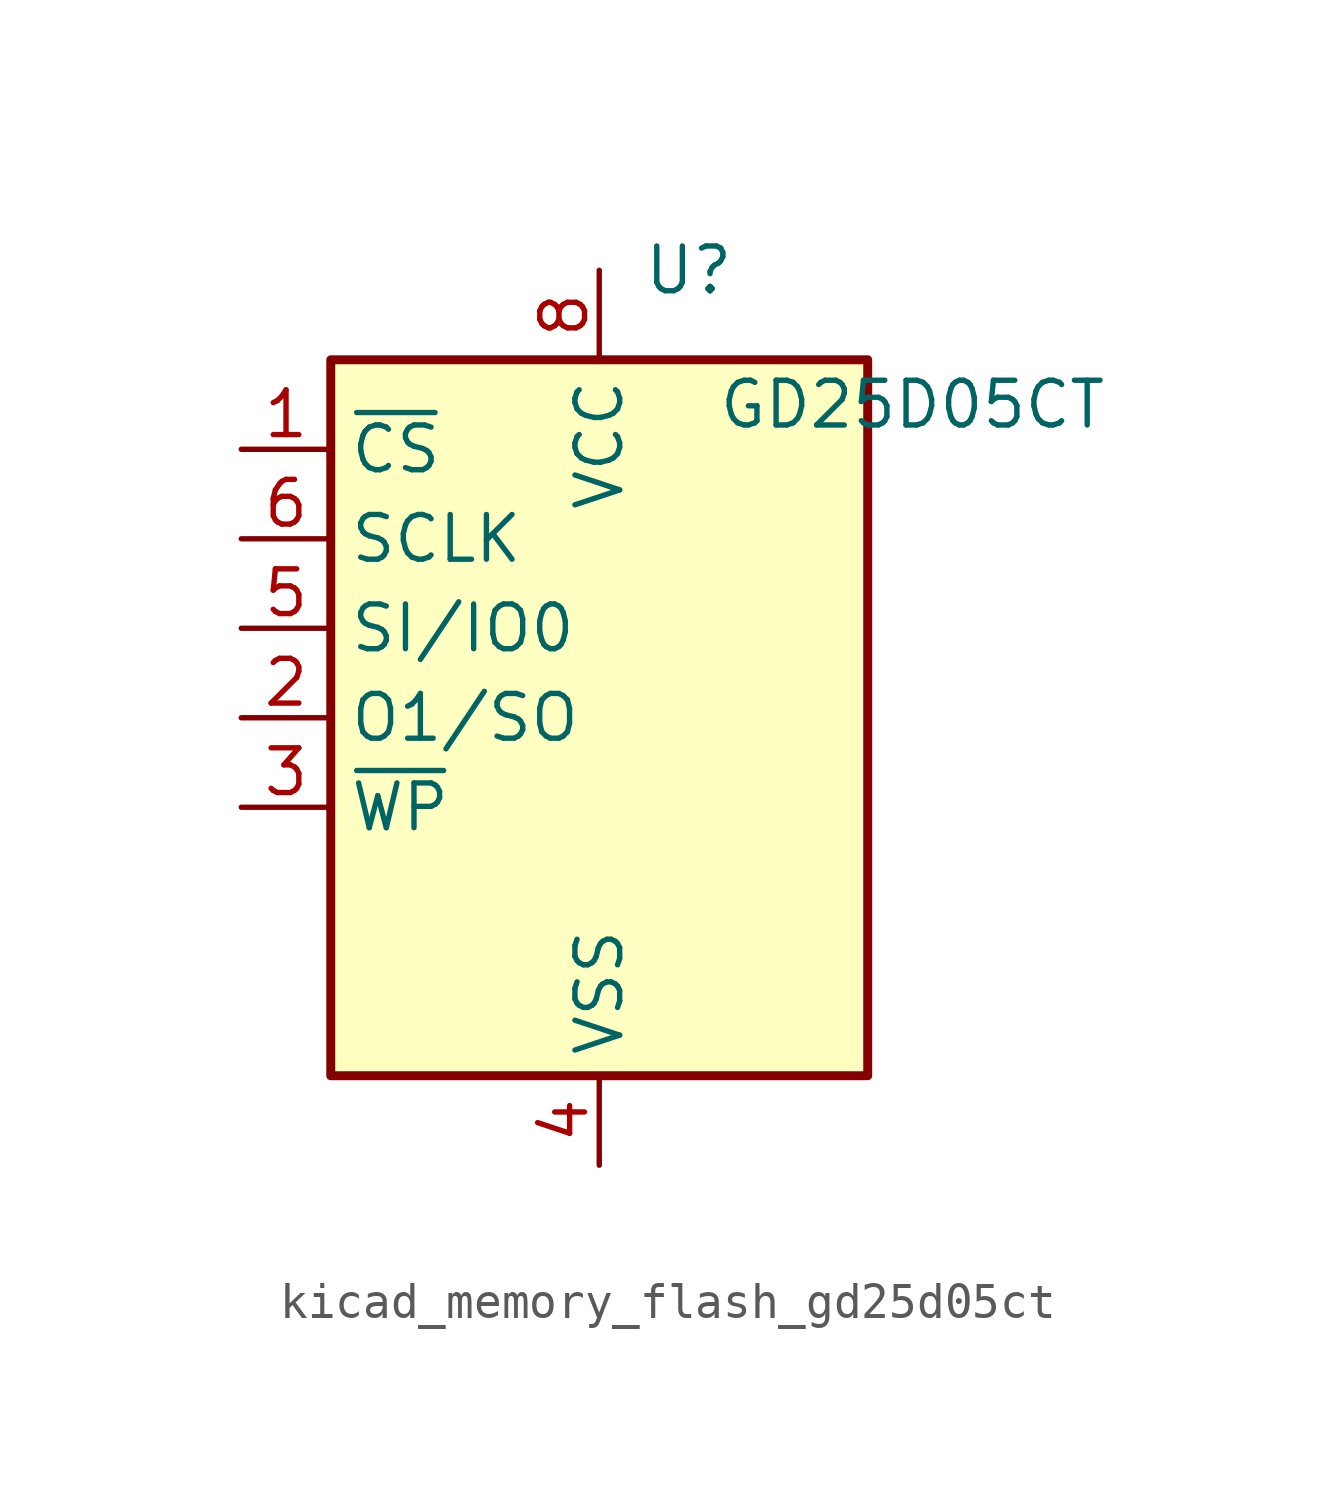
<source format=kicad_sym>
(kicad_symbol_lib
  (version 20220914)
  (generator kicad_symbol_editor)
  (symbol "kicad_memory_flash_gd25d05ct"
    (property "Reference" "U"
      (at 2.54 12.7 0)
      (effects (font (size 1.27 1.27))))
    (property "Value" "GD25D05CT"
      (at 8.89 8.89 0)
      (effects (font (size 1.27 1.27))))
    (symbol "kicad_memory_flash_gd25d05ct_0_1"
      (rectangle (start -7.62 10.16) (end 7.62 -10.16) (stroke (width 0.254) (type default)) (fill (type background))))
    (symbol "kicad_memory_flash_gd25d05ct_1_1"
      (pin input line (at -10.16 7.62 0) (length 2.54) (name "~{CS}" (effects (font (size 1.27 1.27)))) (number "1" (effects (font (size 1.27 1.27)))))
      (pin output line (at -10.16 0 0) (length 2.54) (name "O1/SO" (effects (font (size 1.27 1.27)))) (number "2" (effects (font (size 1.27 1.27)))))
      (pin input line (at -10.16 -2.54 0) (length 2.54) (name "~{WP}" (effects (font (size 1.27 1.27)))) (number "3" (effects (font (size 1.27 1.27)))))
      (pin power_in line (at 0 -12.7 90) (length 2.54) (name "VSS" (effects (font (size 1.27 1.27)))) (number "4" (effects (font (size 1.27 1.27)))))
      (pin bidirectional line (at -10.16 2.54 0) (length 2.54) (name "SI/IO0" (effects (font (size 1.27 1.27)))) (number "5" (effects (font (size 1.27 1.27)))))
      (pin input line (at -10.16 5.08 0) (length 2.54) (name "SCLK" (effects (font (size 1.27 1.27)))) (number "6" (effects (font (size 1.27 1.27)))))
      (pin no_connect line (at -7.62 -5.08 0) (length 2.54) hide (name "NC" (effects (font (size 1.27 1.27)))) (number "7" (effects (font (size 1.27 1.27)))))
      (pin power_in line (at 0 12.7 270) (length 2.54) (name "VCC" (effects (font (size 1.27 1.27)))) (number "8" (effects (font (size 1.27 1.27))))))))
</source>
